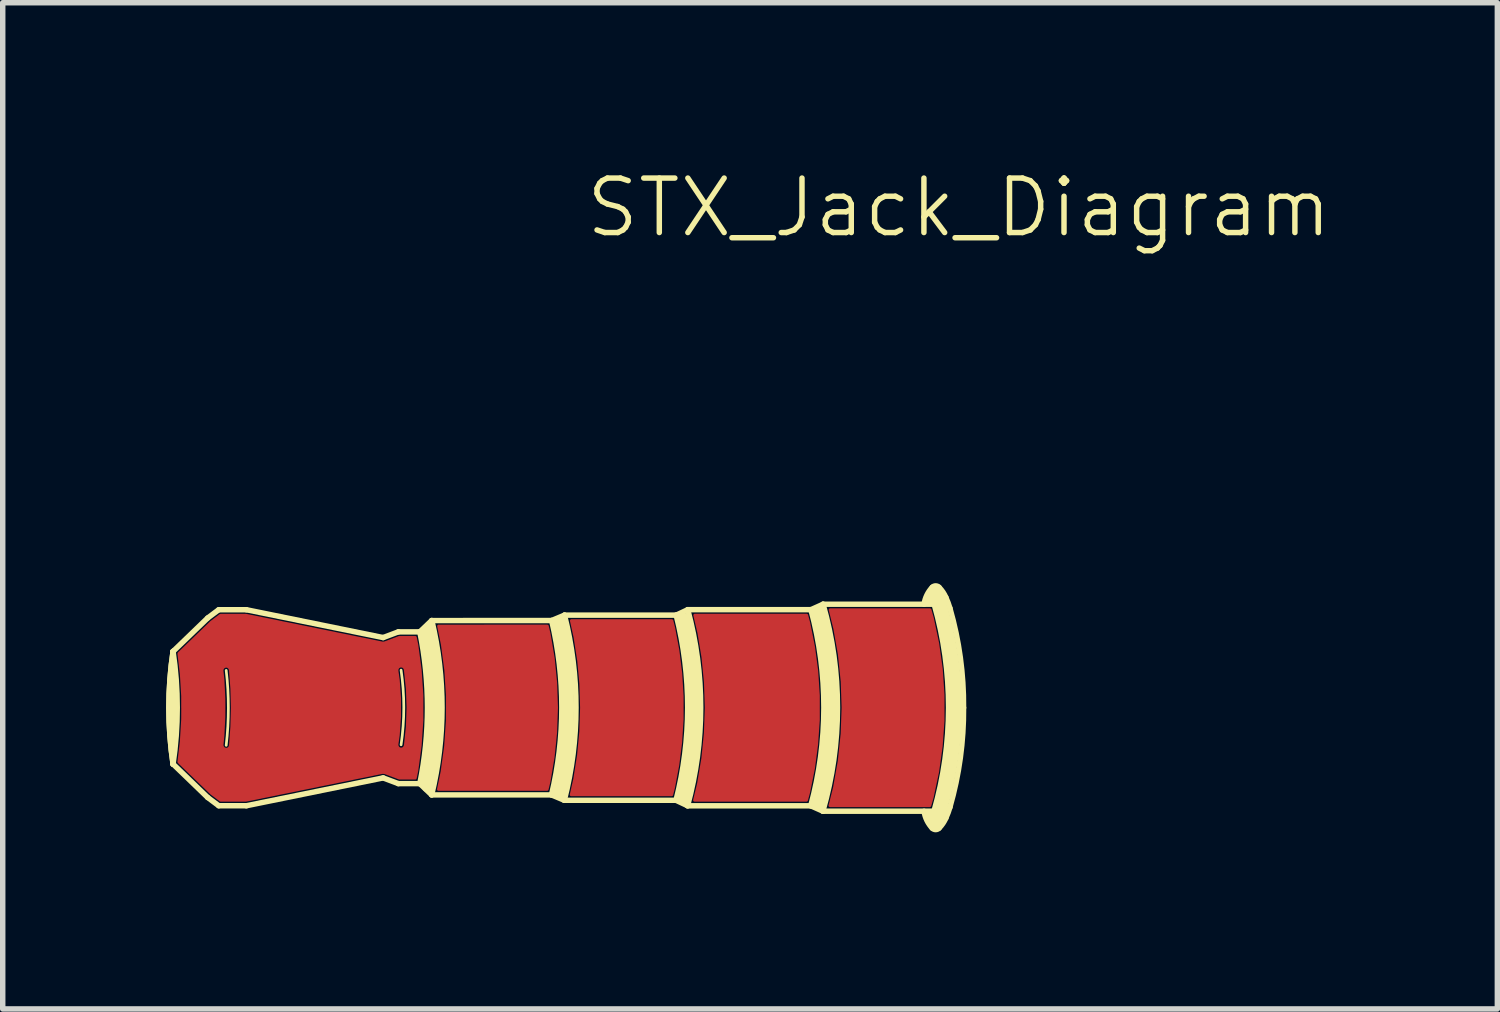
<source format=kicad_pcb>
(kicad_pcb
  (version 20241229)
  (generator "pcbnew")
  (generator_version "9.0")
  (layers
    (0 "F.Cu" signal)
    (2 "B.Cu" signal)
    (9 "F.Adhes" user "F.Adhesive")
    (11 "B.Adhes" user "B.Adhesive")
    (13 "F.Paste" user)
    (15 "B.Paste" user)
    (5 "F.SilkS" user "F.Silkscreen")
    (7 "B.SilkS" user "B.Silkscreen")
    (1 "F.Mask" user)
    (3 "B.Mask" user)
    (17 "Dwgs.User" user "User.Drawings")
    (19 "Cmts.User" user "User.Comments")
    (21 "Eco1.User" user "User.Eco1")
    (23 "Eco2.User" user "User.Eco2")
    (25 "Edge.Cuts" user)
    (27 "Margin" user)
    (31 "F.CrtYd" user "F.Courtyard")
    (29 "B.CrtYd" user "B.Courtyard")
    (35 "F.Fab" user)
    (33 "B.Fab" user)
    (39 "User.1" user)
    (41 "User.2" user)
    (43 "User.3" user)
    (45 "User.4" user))
  (footprint "STX_Jack_Diagram"
    (layer "F.Cu")
    (at 14.362 9.941)
    (property "Reference" "STX_Jack_Diagram" (at 0.19 -9.18 0) (unlocked yes) (layer "F.SilkS") (effects (font (size 1 1) (thickness 0.1))))
    (attr smd)
    (fp_line (start -14.235 -1.034) (end -14.235 1.034) (stroke (width 0.1) (type default)) (layer "F.SilkS"))
    (fp_line (start -14.235 -1.034) (end -14.235 1.034) (stroke (width 0.1) (type default)) (layer "F.SilkS"))
    (fp_line (start -13.6 -1.647) (end -14.235 -1.034) (stroke (width 0.1) (type default)) (layer "F.SilkS"))
    (fp_line (start -13.6 1.647) (end -14.235 1.034) (stroke (width 0.1) (type default)) (layer "F.SilkS"))
    (fp_line (start -13.397 -1.799) (end -13.6 -1.647) (stroke (width 0.1) (type default)) (layer "F.SilkS"))
    (fp_line (start -13.397 1.799) (end -13.6 1.647) (stroke (width 0.1) (type default)) (layer "F.SilkS"))
    (fp_line (start -12.889 -1.799) (end -13.397 -1.799) (stroke (width 0.1) (type default)) (layer "F.SilkS"))
    (fp_line (start -12.889 1.799) (end -13.397 1.799) (stroke (width 0.1) (type default)) (layer "F.SilkS"))
    (fp_line (start -10.379 -1.288) (end -12.889 -1.799) (stroke (width 0.1) (type default)) (layer "F.SilkS"))
    (fp_line (start -10.379 -1.288) (end -10.1 -1.393) (stroke (width 0.1) (type default)) (layer "F.SilkS"))
    (fp_line (start -10.379 1.288) (end -12.889 1.799) (stroke (width 0.1) (type default)) (layer "F.SilkS"))
    (fp_line (start -10.379 1.288) (end -10.1 1.393) (stroke (width 0.1) (type default)) (layer "F.SilkS"))
    (fp_line (start -9.706 -1.393) (end -10.1 -1.393) (stroke (width 0.1) (type default)) (layer "F.SilkS"))
    (fp_line (start -9.706 -1.393) (end -9.489 -1.6) (stroke (width 0.1) (type default)) (layer "F.SilkS"))
    (fp_line (start -9.706 1.393) (end -10.1 1.393) (stroke (width 0.1) (type default)) (layer "F.SilkS"))
    (fp_line (start -9.706 1.393) (end -9.488 1.6) (stroke (width 0.1) (type default)) (layer "F.SilkS"))
    (fp_line (start -9.489 -1.6) (end -7.286 -1.601) (stroke (width 0.1) (type default)) (layer "F.SilkS"))
    (fp_line (start -9.488 1.6) (end -7.289 1.6) (stroke (width 0.1) (type default)) (layer "F.SilkS"))
    (fp_line (start -7.053 1.699) (end -7.289 1.6) (stroke (width 0.1) (type default)) (layer "F.SilkS"))
    (fp_line (start -7.053 1.699) (end -5.003 1.699) (stroke (width 0.1) (type default)) (layer "F.SilkS"))
    (fp_line (start -7.05 -1.7) (end -7.286 -1.601) (stroke (width 0.1) (type default)) (layer "F.SilkS"))
    (fp_line (start -7.05 -1.7) (end -5 -1.7) (stroke (width 0.1) (type default)) (layer "F.SilkS"))
    (fp_line (start -5.008 -1.696) (end -4.787 -1.8) (stroke (width 0.1) (type default)) (layer "F.SilkS"))
    (fp_line (start -5.003 1.699) (end -4.789 1.8) (stroke (width 0.1) (type default)) (layer "F.SilkS"))
    (fp_line (start -4.791 1.8) (end -2.53 1.8) (stroke (width 0.1) (type default)) (layer "F.SilkS"))
    (fp_line (start -4.787 -1.8) (end -2.527 -1.8) (stroke (width 0.1) (type default)) (layer "F.SilkS"))
    (fp_line (start -2.53 1.8) (end -2.307 1.899) (stroke (width 0.1) (type default)) (layer "F.SilkS"))
    (fp_line (start -2.527 -1.8) (end -2.304 -1.9) (stroke (width 0.1) (type default)) (layer "F.SilkS"))
    (fp_line (start -2.307 1.899) (end -0.268 1.899) (stroke (width 0.1) (type default)) (layer "F.SilkS"))
    (fp_line (start -2.304 -1.9) (end -0.289 -1.9) (stroke (width 0.1) (type default)) (layer "F.SilkS"))
    (fp_arc (start -14.235337 -1.033779) (mid -14.158351 0.00002) (end -14.235337 1.033819) (stroke (width 0.1) (type default)) (layer "F.SilkS"))
    (fp_arc (start -14.235337 1.033819) (mid -14.312068 0.00002) (end -14.235337 -1.033779) (stroke (width 0.1) (type default)) (layer "F.SilkS"))
    (fp_arc (start -14.235337 1.03382) (mid -14.312068 0.000021) (end -14.235337 -1.033778) (stroke (width 0.1) (type default)) (layer "F.SilkS"))
    (fp_arc (start -13.26 -0.685) (mid -13.22 0.0025) (end -13.26 0.69) (stroke (width 0.05) (type default)) (layer "F.SilkS"))
    (fp_arc (start -10.05 -0.69) (mid -10 -0.005) (end -10.05 0.68) (stroke (width 0.05) (type default)) (layer "F.SilkS"))
    (fp_arc (start -9.705938 -1.39278) (mid -9.565541 0.000021) (end -9.705938 1.392821) (stroke (width 0.1) (type default)) (layer "F.SilkS"))
    (fp_arc (start -9.629534 -1.39278) (mid -9.489137 0.00002) (end -9.629534 1.392821) (stroke (width 0.1) (type default)) (layer "F.SilkS"))
    (fp_arc (start -9.545082 -1.45488) (mid -9.4 -0.001329) (end -9.565664 1.450021) (stroke (width 0.2) (type default)) (layer "F.SilkS"))
    (fp_arc (start -9.485103 -1.600939) (mid -9.298093 -0.00027) (end -9.488315 1.600021) (stroke (width 0.1) (type default)) (layer "F.SilkS"))
    (fp_arc (start -7.286072 -1.600708) (mid -7.099152 -0.000163) (end -7.289137 1.600021) (stroke (width 0.1) (type default)) (layer "F.SilkS"))
    (fp_arc (start -7.15 -1.575) (mid -6.975 0) (end -7.15 1.575) (stroke (width 0.2) (type default)) (layer "F.SilkS"))
    (fp_arc (start -7.050073 -1.699762) (mid -6.839137 0.00002) (end -7.053414 1.699385) (stroke (width 0.1) (type default)) (layer "F.SilkS"))
    (fp_arc (start -5.000073 -1.699761) (mid -4.789137 0.000021) (end -5.003414 1.699386) (stroke (width 0.1) (type default)) (layer "F.SilkS"))
    (fp_arc (start -4.875 -1.65) (mid -4.675 0) (end -4.875 1.65) (stroke (width 0.2) (type default)) (layer "F.SilkS"))
    (fp_arc (start -4.787492 -1.799979) (mid -4.55 0) (end -4.791024 1.799509) (stroke (width 0.1) (type default)) (layer "F.SilkS"))
    (fp_arc (start -2.526629 -1.799958) (mid -2.289137 0.000021) (end -2.530161 1.79953) (stroke (width 0.1) (type default)) (layer "F.SilkS"))
    (fp_arc (start -2.4 -1.775) (mid -2.17169 0) (end -2.4 1.775) (stroke (width 0.2) (type default)) (layer "F.SilkS"))
    (fp_arc (start -2.303819 -1.899979) (mid -2.039137 -0.000242) (end -2.307395 1.898994) (stroke (width 0.1) (type default)) (layer "F.SilkS"))
    (fp_arc (start -0.45 -1.9) (mid -0.398901 -2.066694) (end -0.3 -2.21028) (stroke (width 0.1) (type default)) (layer "F.SilkS"))
    (fp_arc (start -0.325 -2) (mid -0.302573 -2.051287) (end -0.275 -2.1) (stroke (width 0.22) (type default)) (layer "F.SilkS"))
    (fp_arc (start -0.3 -2.21028) (mid -0.2375 -2.236833) (end -0.175 -2.21028) (stroke (width 0.1) (type default)) (layer "F.SilkS"))
    (fp_arc (start -0.3 2.21028) (mid -0.398901 2.066694) (end -0.45 1.9) (stroke (width 0.1) (type default)) (layer "F.SilkS"))
    (fp_arc (start -0.279341 2.07296) (mid -0.3 2.025) (end -0.304341 1.97296) (stroke (width 0.22) (type default)) (layer "F.SilkS"))
    (fp_arc (start -0.264682 -1.899737) (mid 0 0) (end -0.268258 1.899236) (stroke (width 0.1) (type default)) (layer "F.SilkS"))
    (fp_arc (start -0.2375 -2.150001) (mid 0.127674 0) (end -0.2375 2.15) (stroke (width 0.23) (type default)) (layer "F.SilkS"))
    (fp_arc (start -0.175 -2.21028) (mid -0.103776 -2.123526) (end -0.05 -2.025) (stroke (width 0.1) (type default)) (layer "F.SilkS"))
    (fp_arc (start -0.175 2.21028) (mid -0.2375 2.236833) (end -0.3 2.21028) (stroke (width 0.1) (type default)) (layer "F.SilkS"))
    (fp_arc (start -0.05 -2.025) (mid -0.008546 -1.926483) (end 0.025 -1.825) (stroke (width 0.1) (type default)) (layer "F.SilkS"))
    (fp_arc (start -0.05 2.025) (mid -0.103776 2.123526) (end -0.175 2.21028) (stroke (width 0.1) (type default)) (layer "F.SilkS"))
    (fp_arc (start 0.025 -1.825) (mid 0.215608 -0.921487) (end 0.275 0) (stroke (width 0.1) (type default)) (layer "F.SilkS"))
    (fp_arc (start 0.025 1.825) (mid -0.008546 1.926483) (end -0.05 2.025) (stroke (width 0.1) (type default)) (layer "F.SilkS"))
    (fp_arc (start 0.275 0) (mid 0.215608 0.921487) (end 0.025 1.825) (stroke (width 0.1) (type default)) (layer "F.SilkS"))
    (fp_line (start -8.402 2.38) (end -8.402 2.16) (stroke (width 0.1) (type default)) (layer "User.2"))
    (fp_line (start -8.127 2.48) (end -8.402 2.38) (stroke (width 0.1) (type default)) (layer "User.2"))
    (fp_line (start -6.353 2.48) (end -8.127 2.48) (stroke (width 0.1) (type default)) (layer "User.2"))
    (fp_line (start -6.353 2.48) (end -6.077 2.38) (stroke (width 0.1) (type default)) (layer "User.2"))
    (fp_line (start -6.077 2.26) (end -6.077 2.38) (stroke (width 0.1) (type default)) (layer "User.2"))
    (pad "1" smd custom (at -0.635 0) (size 0.75 0.75) (layers "F.Cu" "F.Mask" "F.Paste") (options (anchor circle)) (primitives (gr_poly (pts (xy 0.295 -1.8) (xy 0.339 -1.644) (xy 0.437 -1.18) (xy 0.503 -0.71) (xy 0.535 -0.237) (xy 0.535 0.237) (xy 0.501 0.71) (xy 0.435 1.18) (xy 0.336 1.644) (xy 0.291 1.799) (xy -1.544 1.799) (xy -1.458 1.455) (xy -1.458 1.452) (xy -1.373 0.974) (xy -1.373 0.971) (xy -1.322 0.489) (xy -1.321 0.486) (xy -1.304 0.002) (xy -1.304 -0.002) (xy -1.32 -0.486) (xy -1.321 -0.49) (xy -1.371 -0.971) (xy -1.371 -0.975) (xy -1.455 -1.452) (xy -1.456 -1.456) (xy -1.541 -1.8)) (width 0.05) (fill yes)) (gr_poly (pts (xy -0.375 -0.263) (xy -0.366 -0.306) (xy -0.342 -0.342) (xy -0.306 -0.366) (xy -0.263 -0.375) (xy 0.263 -0.375) (xy 0.306 -0.366) (xy 0.342 -0.342) (xy 0.366 -0.306) (xy 0.375 -0.263) (xy 0.375 0.263) (xy 0.366 0.306) (xy 0.342 0.342) (xy 0.306 0.366) (xy 0.263 0.375) (xy -0.263 0.375) (xy -0.306 0.366) (xy -0.342 0.342) (xy -0.366 0.306) (xy -0.375 0.263)) (width 0) (fill yes))))
    (pad "2" smd custom (at -3.175 0) (size 0.75 0.75) (layers "F.Cu" "F.Mask" "F.Paste") (options (anchor circle)) (primitives (gr_poly (pts (xy 0.572 -1.7) (xy 0.61 -1.557) (xy 0.698 -1.117) (xy 0.757 -0.672) (xy 0.786 -0.224) (xy 0.786 0.224) (xy 0.755 0.672) (xy 0.696 1.117) (xy 0.607 1.557) (xy 0.568 1.699) (xy -1.49 1.699) (xy -1.413 1.378) (xy -1.413 1.375) (xy -1.337 0.923) (xy -1.337 0.919) (xy -1.291 0.463) (xy -1.291 0.46) (xy -1.275 0.002) (xy -1.275 -0.002) (xy -1.29 -0.46) (xy -1.29 -0.463) (xy -1.335 -0.919) (xy -1.335 -0.923) (xy -1.41 -1.375) (xy -1.411 -1.378) (xy -1.486 -1.7)) (width 0.05) (fill yes)) (gr_poly (pts (xy -0.375 -0.263) (xy -0.366 -0.306) (xy -0.342 -0.342) (xy -0.306 -0.366) (xy -0.263 -0.375) (xy 0.263 -0.375) (xy 0.306 -0.366) (xy 0.342 -0.342) (xy 0.366 -0.306) (xy 0.375 -0.263) (xy 0.375 0.263) (xy 0.366 0.306) (xy 0.342 0.342) (xy 0.306 0.366) (xy 0.263 0.375) (xy -0.263 0.375) (xy -0.306 0.366) (xy -0.342 0.342) (xy -0.366 0.306) (xy -0.375 0.263)) (width 0) (fill yes))))
    (pad "3" smd custom (at -5.715 0) (size 0.75 0.75) (layers "F.Cu" "F.Mask" "F.Paste") (options (anchor circle)) (primitives (gr_poly (pts (xy 0.637 -1.6) (xy 0.67 -1.47) (xy 0.748 -1.054) (xy 0.8 -0.634) (xy 0.826 -0.212) (xy 0.826 0.212) (xy 0.799 0.634) (xy 0.746 1.054) (xy 0.667 1.47) (xy 0.634 1.599) (xy -1.214 1.599) (xy -1.147 1.301) (xy -1.147 1.298) (xy -1.079 0.87) (xy -1.079 0.867) (xy -1.038 0.437) (xy -1.038 0.434) (xy -1.024 0.002) (xy -1.024 -0.001) (xy -1.037 -0.434) (xy -1.037 -0.437) (xy -1.077 -0.867) (xy -1.078 -0.87) (xy -1.144 -1.298) (xy -1.145 -1.301) (xy -1.211 -1.6)) (width 0.05) (fill yes)) (gr_poly (pts (xy -0.375 -0.263) (xy -0.366 -0.306) (xy -0.342 -0.342) (xy -0.306 -0.366) (xy -0.263 -0.375) (xy 0.263 -0.375) (xy 0.306 -0.366) (xy 0.342 -0.342) (xy 0.366 -0.306) (xy 0.375 -0.263) (xy 0.375 0.263) (xy 0.366 0.306) (xy 0.342 0.342) (xy 0.306 0.366) (xy 0.263 0.375) (xy -0.263 0.375) (xy -0.306 0.366) (xy -0.342 0.342) (xy -0.366 0.306) (xy -0.375 0.263)) (width 0) (fill yes))))
    (pad "4" smd custom (at -8.255 0) (size 0.75 0.75) (layers "F.Cu" "F.Mask" "F.Paste") (options (anchor circle)) (primitives (gr_poly (pts (xy -0.375 -0.263) (xy -0.366 -0.306) (xy -0.342 -0.342) (xy -0.306 -0.366) (xy -0.263 -0.375) (xy 0.263 -0.375) (xy 0.306 -0.366) (xy 0.342 -0.342) (xy 0.366 -0.306) (xy 0.375 -0.263) (xy 0.375 0.263) (xy 0.366 0.306) (xy 0.342 0.342) (xy 0.306 0.366) (xy 0.263 0.375) (xy -0.263 0.375) (xy -0.306 0.366) (xy -0.342 0.342) (xy -0.366 0.306) (xy -0.375 0.263)) (width 0) (fill yes)) (gr_poly (pts (xy 0.924 -1.356) (xy 1 -0.908) (xy 1.045 -0.455) (xy 1.06 -0.000258) (xy 1.044 0.454) (xy 0.998 0.907) (xy 0.922 1.355) (xy 0.887 1.5) (xy -1.111 1.5) (xy -1.042 1.166) (xy -1.042 1.163) (xy -0.979 0.703) (xy -0.979 0.699) (xy -0.947 0.236) (xy -0.947 0.232) (xy -0.947 -0.233) (xy -0.947 -0.236) (xy -0.977 -0.7) (xy -0.978 -0.703) (xy -1.039 -1.164) (xy -1.04 -1.167) (xy -1.108 -1.5) (xy 0.89 -1.501)) (width 0.05) (fill yes))))
    (pad "5" smd custom (at -11.43 0) (size 0.75 0.75) (layers "F.Cu" "F.Mask" "F.Paste") (options (anchor circle)) (primitives (gr_poly (pts (xy -1.469 -1.699) (xy 1.031 -1.19) (xy 1.041 -1.189) (xy 1.047 -1.189) (xy 1.047 -1.19) (xy 1.055 -1.189) (xy 1.055 -1.189) (xy 1.056 -1.189) (xy 1.057 -1.188) (xy 1.059 -1.189) (xy 1.06 -1.189) (xy 1.062 -1.189) (xy 1.063 -1.189) (xy 1.063 -1.189) (xy 1.07 -1.192) (xy 1.071 -1.191) (xy 1.077 -1.192) (xy 1.086 -1.194) (xy 1.349 -1.293) (xy 1.642 -1.293) (xy 1.672 -1.147) (xy 1.733 -0.69) (xy 1.764 -0.23) (xy 1.764 0) (xy 1.506 0) (xy 1.494 -0.351) (xy 1.493 -0.355) (xy 1.456 -0.699) (xy 1.47 -0.65) (xy 1.451 -0.716) (xy 1.445 -0.73) (xy 1.423 -0.752) (xy 1.409 -0.76) (xy 1.378 -0.765) (xy 1.363 -0.763) (xy 1.334 -0.749) (xy 1.323 -0.738) (xy 1.309 -0.71) (xy 1.306 -0.695) (xy 1.31 -0.62) (xy 1.306 -0.679) (xy 1.33 -0.511) (xy 1.354 -0.173) (xy 1.354 0.166) (xy 1.33 0.504) (xy 1.306 0.672) (xy 1.307 0.688) (xy 1.309 0.703) (xy 1.324 0.731) (xy 1.335 0.742) (xy 1.363 0.756) (xy 1.379 0.758) (xy 1.41 0.753) (xy 1.423 0.745) (xy 1.445 0.723) (xy 1.452 0.709) (xy 1.456 0.692) (xy 1.457 0.692) (xy 1.494 0.348) (xy 1.494 0.344) (xy 1.506 0) (xy 1.764 0) (xy 1.764 0.23) (xy 1.733 0.69) (xy 1.672 1.147) (xy 1.642 1.293) (xy 1.349 1.293) (xy 1.086 1.194) (xy 1.077 1.192) (xy 1.071 1.191) (xy 1.07 1.192) (xy 1.063 1.189) (xy 1.063 1.189) (xy 1.062 1.189) (xy 1.06 1.189) (xy 1.059 1.189) (xy 1.057 1.188) (xy 1.056 1.189) (xy 1.055 1.189) (xy 1.055 1.189) (xy 1.047 1.19) (xy 1.047 1.189) (xy 1.041 1.189) (xy 1.031 1.19) (xy -1.469 1.699) (xy -1.934 1.699) (xy -2.105 1.57) (xy -2.7 0.996) (xy -2.657 0.632) (xy -2.656 0.629) (xy -2.631 0.212) (xy -2.631 0.209) (xy -2.63 0) (xy -1.87 -0.02) (xy -1.871 0.17) (xy -1.888 0.51) (xy -1.905 0.679) (xy -1.905 0.684) (xy -1.91 0.62) (xy -1.904 0.695) (xy -1.901 0.71) (xy -1.885 0.737) (xy -1.874 0.747) (xy -1.845 0.76) (xy -1.829 0.762) (xy -1.798 0.755) (xy -1.785 0.747) (xy -1.764 0.724) (xy -1.758 0.71) (xy -1.754 0.693) (xy -1.754 0.693) (xy -1.728 0.349) (xy -1.728 0.346) (xy -1.719 0.001) (xy -1.719 -0.001) (xy -1.728 -0.346) (xy -1.728 -0.349) (xy -1.754 -0.69) (xy -1.758 -0.71) (xy -1.759 -0.71) (xy -1.765 -0.724) (xy -1.786 -0.747) (xy -1.799 -0.755) (xy -1.83 -0.762) (xy -1.845 -0.76) (xy -1.874 -0.747) (xy -1.886 -0.737) (xy -1.902 -0.71) (xy -1.905 -0.695) (xy -1.91 -0.64) (xy -1.906 -0.679) (xy -1.888 -0.51) (xy -1.871 -0.17) (xy -1.87 -0.02) (xy -2.631 0) (xy -2.631 -0.209) (xy -2.631 -0.212) (xy -2.656 -0.629) (xy -2.657 -0.632) (xy -2.7 -0.996) (xy -2.105 -1.57) (xy -1.934 -1.699)) (width 0.05) (fill yes)) (gr_poly (pts (xy -0.375 -0.263) (xy -0.366 -0.306) (xy -0.342 -0.342) (xy -0.306 -0.366) (xy -0.263 -0.375) (xy 0.263 -0.375) (xy 0.306 -0.366) (xy 0.342 -0.342) (xy 0.366 -0.306) (xy 0.375 -0.263) (xy 0.375 0.263) (xy 0.366 0.306) (xy 0.342 0.342) (xy 0.306 0.366) (xy 0.263 0.375) (xy -0.263 0.375) (xy -0.306 0.366) (xy -0.342 0.342) (xy -0.366 0.306) (xy -0.375 0.263)) (width 0) (fill yes)))))
  (gr_rect
    (start -3 -3)
    (end 24.435 15.47)
    (stroke (width 0.1) (type default))
    (fill no)
    (layer "Edge.Cuts")))
</source>
